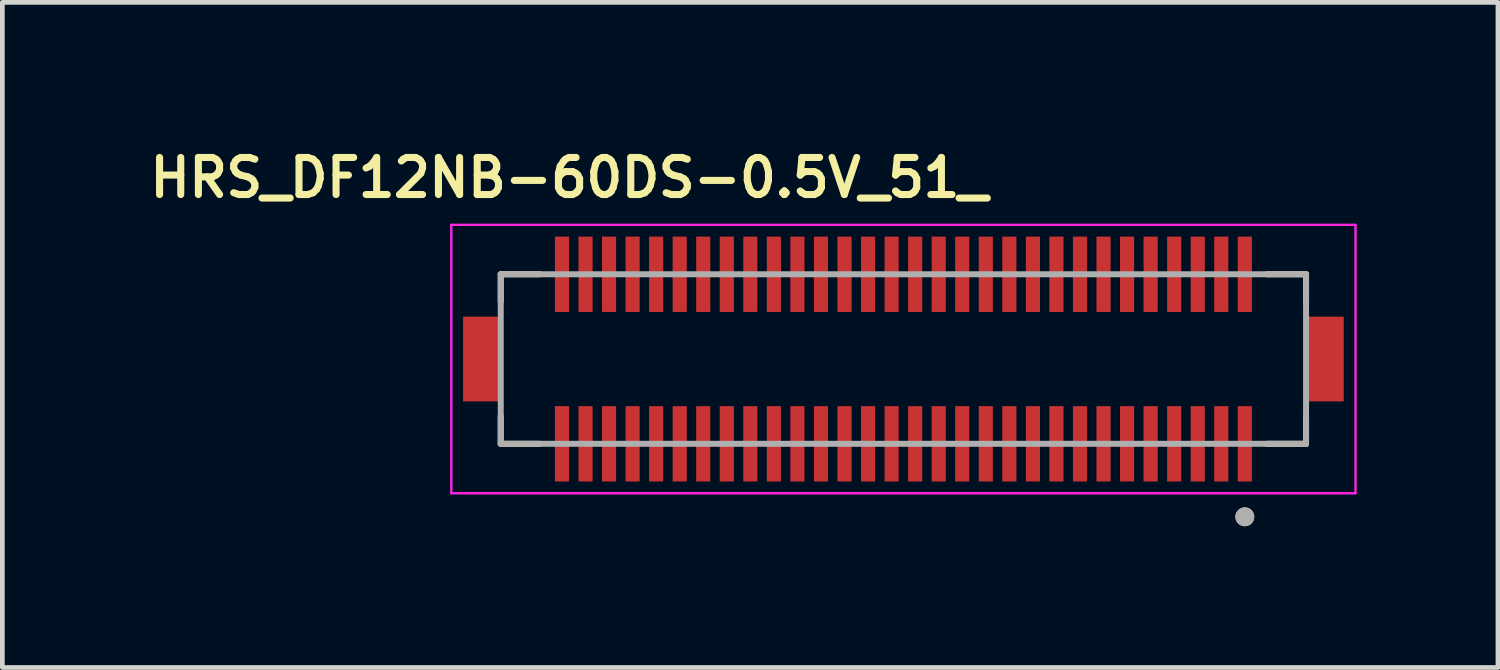
<source format=kicad_pcb>
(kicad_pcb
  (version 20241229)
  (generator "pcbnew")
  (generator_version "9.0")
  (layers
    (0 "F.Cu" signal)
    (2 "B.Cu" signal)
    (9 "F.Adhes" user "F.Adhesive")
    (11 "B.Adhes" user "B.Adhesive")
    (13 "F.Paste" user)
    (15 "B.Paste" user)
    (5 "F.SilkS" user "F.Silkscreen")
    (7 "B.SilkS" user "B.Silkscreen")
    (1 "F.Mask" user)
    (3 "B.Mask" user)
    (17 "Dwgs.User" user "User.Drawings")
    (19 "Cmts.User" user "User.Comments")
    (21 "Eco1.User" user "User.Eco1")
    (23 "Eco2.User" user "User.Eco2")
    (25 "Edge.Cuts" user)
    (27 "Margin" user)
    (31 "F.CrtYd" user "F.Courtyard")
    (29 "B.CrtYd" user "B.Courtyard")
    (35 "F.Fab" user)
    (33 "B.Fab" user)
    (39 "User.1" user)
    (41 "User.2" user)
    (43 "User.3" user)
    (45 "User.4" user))
  (footprint "HRS_DF12NB-60DS-0.5V_51_"
    (layer "F.Cu")
    (at 16.133 4.574)
    (property "Reference" "HRS_DF12NB-60DS-0.5V_51_" (at -7.1 -3.85 0) (layer "F.SilkS") (effects (font (size 0.787 0.787) (thickness 0.15))))
    (attr smd)
    (fp_poly (pts (xy -7.45 -2.65) (xy -7.05 -2.65) (xy -7.05 -0.95) (xy -7.45 -0.95)) (stroke (width 0.01) (type solid)) (fill yes) (layer "F.Mask"))
    (fp_poly (pts (xy -7.45 0.95) (xy -7.05 0.95) (xy -7.05 2.65) (xy -7.45 2.65)) (stroke (width 0.01) (type solid)) (fill yes) (layer "F.Mask"))
    (fp_poly (pts (xy -6.95 -2.65) (xy -6.55 -2.65) (xy -6.55 -0.95) (xy -6.95 -0.95)) (stroke (width 0.01) (type solid)) (fill yes) (layer "F.Mask"))
    (fp_poly (pts (xy -6.95 0.95) (xy -6.55 0.95) (xy -6.55 2.65) (xy -6.95 2.65)) (stroke (width 0.01) (type solid)) (fill yes) (layer "F.Mask"))
    (fp_poly (pts (xy -6.45 -2.65) (xy -6.05 -2.65) (xy -6.05 -0.95) (xy -6.45 -0.95)) (stroke (width 0.01) (type solid)) (fill yes) (layer "F.Mask"))
    (fp_poly (pts (xy -6.45 0.95) (xy -6.05 0.95) (xy -6.05 2.65) (xy -6.45 2.65)) (stroke (width 0.01) (type solid)) (fill yes) (layer "F.Mask"))
    (fp_poly (pts (xy -5.95 -2.65) (xy -5.55 -2.65) (xy -5.55 -0.95) (xy -5.95 -0.95)) (stroke (width 0.01) (type solid)) (fill yes) (layer "F.Mask"))
    (fp_poly (pts (xy -5.95 0.95) (xy -5.55 0.95) (xy -5.55 2.65) (xy -5.95 2.65)) (stroke (width 0.01) (type solid)) (fill yes) (layer "F.Mask"))
    (fp_poly (pts (xy -5.45 -2.65) (xy -5.05 -2.65) (xy -5.05 -0.95) (xy -5.45 -0.95)) (stroke (width 0.01) (type solid)) (fill yes) (layer "F.Mask"))
    (fp_poly (pts (xy -5.45 0.95) (xy -5.05 0.95) (xy -5.05 2.65) (xy -5.45 2.65)) (stroke (width 0.01) (type solid)) (fill yes) (layer "F.Mask"))
    (fp_poly (pts (xy -4.95 -2.65) (xy -4.55 -2.65) (xy -4.55 -0.95) (xy -4.95 -0.95)) (stroke (width 0.01) (type solid)) (fill yes) (layer "F.Mask"))
    (fp_poly (pts (xy -4.95 0.95) (xy -4.55 0.95) (xy -4.55 2.65) (xy -4.95 2.65)) (stroke (width 0.01) (type solid)) (fill yes) (layer "F.Mask"))
    (fp_poly (pts (xy -4.45 -2.65) (xy -4.05 -2.65) (xy -4.05 -0.95) (xy -4.45 -0.95)) (stroke (width 0.01) (type solid)) (fill yes) (layer "F.Mask"))
    (fp_poly (pts (xy -4.45 0.95) (xy -4.05 0.95) (xy -4.05 2.65) (xy -4.45 2.65)) (stroke (width 0.01) (type solid)) (fill yes) (layer "F.Mask"))
    (fp_poly (pts (xy -3.95 -2.65) (xy -3.55 -2.65) (xy -3.55 -0.95) (xy -3.95 -0.95)) (stroke (width 0.01) (type solid)) (fill yes) (layer "F.Mask"))
    (fp_poly (pts (xy -3.95 0.95) (xy -3.55 0.95) (xy -3.55 2.65) (xy -3.95 2.65)) (stroke (width 0.01) (type solid)) (fill yes) (layer "F.Mask"))
    (fp_poly (pts (xy -3.45 -2.65) (xy -3.05 -2.65) (xy -3.05 -0.95) (xy -3.45 -0.95)) (stroke (width 0.01) (type solid)) (fill yes) (layer "F.Mask"))
    (fp_poly (pts (xy -3.45 0.95) (xy -3.05 0.95) (xy -3.05 2.65) (xy -3.45 2.65)) (stroke (width 0.01) (type solid)) (fill yes) (layer "F.Mask"))
    (fp_poly (pts (xy -2.95 -2.65) (xy -2.55 -2.65) (xy -2.55 -0.95) (xy -2.95 -0.95)) (stroke (width 0.01) (type solid)) (fill yes) (layer "F.Mask"))
    (fp_poly (pts (xy -2.95 0.95) (xy -2.55 0.95) (xy -2.55 2.65) (xy -2.95 2.65)) (stroke (width 0.01) (type solid)) (fill yes) (layer "F.Mask"))
    (fp_poly (pts (xy -2.45 -2.65) (xy -2.05 -2.65) (xy -2.05 -0.95) (xy -2.45 -0.95)) (stroke (width 0.01) (type solid)) (fill yes) (layer "F.Mask"))
    (fp_poly (pts (xy -2.45 0.95) (xy -2.05 0.95) (xy -2.05 2.65) (xy -2.45 2.65)) (stroke (width 0.01) (type solid)) (fill yes) (layer "F.Mask"))
    (fp_poly (pts (xy -1.95 -2.65) (xy -1.55 -2.65) (xy -1.55 -0.95) (xy -1.95 -0.95)) (stroke (width 0.01) (type solid)) (fill yes) (layer "F.Mask"))
    (fp_poly (pts (xy -1.95 0.95) (xy -1.55 0.95) (xy -1.55 2.65) (xy -1.95 2.65)) (stroke (width 0.01) (type solid)) (fill yes) (layer "F.Mask"))
    (fp_poly (pts (xy -1.45 -2.65) (xy -1.05 -2.65) (xy -1.05 -0.95) (xy -1.45 -0.95)) (stroke (width 0.01) (type solid)) (fill yes) (layer "F.Mask"))
    (fp_poly (pts (xy -1.45 0.95) (xy -1.05 0.95) (xy -1.05 2.65) (xy -1.45 2.65)) (stroke (width 0.01) (type solid)) (fill yes) (layer "F.Mask"))
    (fp_poly (pts (xy -0.95 -2.65) (xy -0.55 -2.65) (xy -0.55 -0.95) (xy -0.95 -0.95)) (stroke (width 0.01) (type solid)) (fill yes) (layer "F.Mask"))
    (fp_poly (pts (xy -0.95 0.95) (xy -0.55 0.95) (xy -0.55 2.65) (xy -0.95 2.65)) (stroke (width 0.01) (type solid)) (fill yes) (layer "F.Mask"))
    (fp_poly (pts (xy -0.45 -2.65) (xy -0.05 -2.65) (xy -0.05 -0.95) (xy -0.45 -0.95)) (stroke (width 0.01) (type solid)) (fill yes) (layer "F.Mask"))
    (fp_poly (pts (xy -0.45 0.95) (xy -0.05 0.95) (xy -0.05 2.65) (xy -0.45 2.65)) (stroke (width 0.01) (type solid)) (fill yes) (layer "F.Mask"))
    (fp_poly (pts (xy 0.05 -2.65) (xy 0.45 -2.65) (xy 0.45 -0.95) (xy 0.05 -0.95)) (stroke (width 0.01) (type solid)) (fill yes) (layer "F.Mask"))
    (fp_poly (pts (xy 0.05 0.95) (xy 0.45 0.95) (xy 0.45 2.65) (xy 0.05 2.65)) (stroke (width 0.01) (type solid)) (fill yes) (layer "F.Mask"))
    (fp_poly (pts (xy 0.55 -2.65) (xy 0.95 -2.65) (xy 0.95 -0.95) (xy 0.55 -0.95)) (stroke (width 0.01) (type solid)) (fill yes) (layer "F.Mask"))
    (fp_poly (pts (xy 0.55 0.95) (xy 0.95 0.95) (xy 0.95 2.65) (xy 0.55 2.65)) (stroke (width 0.01) (type solid)) (fill yes) (layer "F.Mask"))
    (fp_poly (pts (xy 1.05 -2.65) (xy 1.45 -2.65) (xy 1.45 -0.95) (xy 1.05 -0.95)) (stroke (width 0.01) (type solid)) (fill yes) (layer "F.Mask"))
    (fp_poly (pts (xy 1.05 0.95) (xy 1.45 0.95) (xy 1.45 2.65) (xy 1.05 2.65)) (stroke (width 0.01) (type solid)) (fill yes) (layer "F.Mask"))
    (fp_poly (pts (xy 1.55 -2.65) (xy 1.95 -2.65) (xy 1.95 -0.95) (xy 1.55 -0.95)) (stroke (width 0.01) (type solid)) (fill yes) (layer "F.Mask"))
    (fp_poly (pts (xy 1.55 0.95) (xy 1.95 0.95) (xy 1.95 2.65) (xy 1.55 2.65)) (stroke (width 0.01) (type solid)) (fill yes) (layer "F.Mask"))
    (fp_poly (pts (xy 2.05 -2.65) (xy 2.45 -2.65) (xy 2.45 -0.95) (xy 2.05 -0.95)) (stroke (width 0.01) (type solid)) (fill yes) (layer "F.Mask"))
    (fp_poly (pts (xy 2.05 0.95) (xy 2.45 0.95) (xy 2.45 2.65) (xy 2.05 2.65)) (stroke (width 0.01) (type solid)) (fill yes) (layer "F.Mask"))
    (fp_poly (pts (xy 2.55 -2.65) (xy 2.95 -2.65) (xy 2.95 -0.95) (xy 2.55 -0.95)) (stroke (width 0.01) (type solid)) (fill yes) (layer "F.Mask"))
    (fp_poly (pts (xy 2.55 0.95) (xy 2.95 0.95) (xy 2.95 2.65) (xy 2.55 2.65)) (stroke (width 0.01) (type solid)) (fill yes) (layer "F.Mask"))
    (fp_poly (pts (xy 3.05 -2.65) (xy 3.45 -2.65) (xy 3.45 -0.95) (xy 3.05 -0.95)) (stroke (width 0.01) (type solid)) (fill yes) (layer "F.Mask"))
    (fp_poly (pts (xy 3.05 0.95) (xy 3.45 0.95) (xy 3.45 2.65) (xy 3.05 2.65)) (stroke (width 0.01) (type solid)) (fill yes) (layer "F.Mask"))
    (fp_poly (pts (xy 3.55 -2.65) (xy 3.95 -2.65) (xy 3.95 -0.95) (xy 3.55 -0.95)) (stroke (width 0.01) (type solid)) (fill yes) (layer "F.Mask"))
    (fp_poly (pts (xy 3.55 0.95) (xy 3.95 0.95) (xy 3.95 2.65) (xy 3.55 2.65)) (stroke (width 0.01) (type solid)) (fill yes) (layer "F.Mask"))
    (fp_poly (pts (xy 4.05 -2.65) (xy 4.45 -2.65) (xy 4.45 -0.95) (xy 4.05 -0.95)) (stroke (width 0.01) (type solid)) (fill yes) (layer "F.Mask"))
    (fp_poly (pts (xy 4.05 0.95) (xy 4.45 0.95) (xy 4.45 2.65) (xy 4.05 2.65)) (stroke (width 0.01) (type solid)) (fill yes) (layer "F.Mask"))
    (fp_poly (pts (xy 4.55 -2.65) (xy 4.95 -2.65) (xy 4.95 -0.95) (xy 4.55 -0.95)) (stroke (width 0.01) (type solid)) (fill yes) (layer "F.Mask"))
    (fp_poly (pts (xy 4.55 0.95) (xy 4.95 0.95) (xy 4.95 2.65) (xy 4.55 2.65)) (stroke (width 0.01) (type solid)) (fill yes) (layer "F.Mask"))
    (fp_poly (pts (xy 5.05 -2.65) (xy 5.45 -2.65) (xy 5.45 -0.95) (xy 5.05 -0.95)) (stroke (width 0.01) (type solid)) (fill yes) (layer "F.Mask"))
    (fp_poly (pts (xy 5.05 0.95) (xy 5.45 0.95) (xy 5.45 2.65) (xy 5.05 2.65)) (stroke (width 0.01) (type solid)) (fill yes) (layer "F.Mask"))
    (fp_poly (pts (xy 5.55 -2.65) (xy 5.95 -2.65) (xy 5.95 -0.95) (xy 5.55 -0.95)) (stroke (width 0.01) (type solid)) (fill yes) (layer "F.Mask"))
    (fp_poly (pts (xy 5.55 0.95) (xy 5.95 0.95) (xy 5.95 2.65) (xy 5.55 2.65)) (stroke (width 0.01) (type solid)) (fill yes) (layer "F.Mask"))
    (fp_poly (pts (xy 6.05 -2.65) (xy 6.45 -2.65) (xy 6.45 -0.95) (xy 6.05 -0.95)) (stroke (width 0.01) (type solid)) (fill yes) (layer "F.Mask"))
    (fp_poly (pts (xy 6.05 0.95) (xy 6.45 0.95) (xy 6.45 2.65) (xy 6.05 2.65)) (stroke (width 0.01) (type solid)) (fill yes) (layer "F.Mask"))
    (fp_poly (pts (xy 6.55 -2.65) (xy 6.95 -2.65) (xy 6.95 -0.95) (xy 6.55 -0.95)) (stroke (width 0.01) (type solid)) (fill yes) (layer "F.Mask"))
    (fp_poly (pts (xy 6.55 0.95) (xy 6.95 0.95) (xy 6.95 2.65) (xy 6.55 2.65)) (stroke (width 0.01) (type solid)) (fill yes) (layer "F.Mask"))
    (fp_poly (pts (xy 7.05 -2.65) (xy 7.45 -2.65) (xy 7.45 -0.95) (xy 7.05 -0.95)) (stroke (width 0.01) (type solid)) (fill yes) (layer "F.Mask"))
    (fp_poly (pts (xy 7.05 0.95) (xy 7.45 0.95) (xy 7.45 2.65) (xy 7.05 2.65)) (stroke (width 0.01) (type solid)) (fill yes) (layer "F.Mask"))
    (fp_line (start -8.55 -1.8) (end -8.55 -1.22) (stroke (width 0.127) (type solid)) (layer "F.SilkS"))
    (fp_line (start -8.55 1.8) (end -8.55 1.22) (stroke (width 0.127) (type solid)) (layer "F.SilkS"))
    (fp_line (start -8.55 1.8) (end -7.72 1.8) (stroke (width 0.127) (type solid)) (layer "F.SilkS"))
    (fp_line (start -7.72 -1.8) (end -8.55 -1.8) (stroke (width 0.127) (type solid)) (layer "F.SilkS"))
    (fp_line (start 7.72 1.8) (end 8.55 1.8) (stroke (width 0.127) (type solid)) (layer "F.SilkS"))
    (fp_line (start 8.55 -1.8) (end 7.72 -1.8) (stroke (width 0.127) (type solid)) (layer "F.SilkS"))
    (fp_line (start 8.55 -1.22) (end 8.55 -1.8) (stroke (width 0.127) (type solid)) (layer "F.SilkS"))
    (fp_line (start 8.55 1.8) (end 8.55 1.22) (stroke (width 0.127) (type solid)) (layer "F.SilkS"))
    (fp_circle (center 7.25 3.35) (end 7.35 3.35) (stroke (width 0.2) (type solid)) (fill no) (layer "F.SilkS"))
    (fp_poly (pts (xy -7.39 -2.6) (xy -7.11 -2.6) (xy -7.11 -1.4) (xy -7.39 -1.4)) (stroke (width 0.01) (type solid)) (fill yes) (layer "F.Paste"))
    (fp_poly (pts (xy -7.39 1.4) (xy -7.11 1.4) (xy -7.11 2.6) (xy -7.39 2.6)) (stroke (width 0.01) (type solid)) (fill yes) (layer "F.Paste"))
    (fp_poly (pts (xy -6.89 -2.6) (xy -6.61 -2.6) (xy -6.61 -1.4) (xy -6.89 -1.4)) (stroke (width 0.01) (type solid)) (fill yes) (layer "F.Paste"))
    (fp_poly (pts (xy -6.89 1.4) (xy -6.61 1.4) (xy -6.61 2.6) (xy -6.89 2.6)) (stroke (width 0.01) (type solid)) (fill yes) (layer "F.Paste"))
    (fp_poly (pts (xy -6.39 -2.6) (xy -6.11 -2.6) (xy -6.11 -1.4) (xy -6.39 -1.4)) (stroke (width 0.01) (type solid)) (fill yes) (layer "F.Paste"))
    (fp_poly (pts (xy -6.39 1.4) (xy -6.11 1.4) (xy -6.11 2.6) (xy -6.39 2.6)) (stroke (width 0.01) (type solid)) (fill yes) (layer "F.Paste"))
    (fp_poly (pts (xy -5.89 -2.6) (xy -5.61 -2.6) (xy -5.61 -1.4) (xy -5.89 -1.4)) (stroke (width 0.01) (type solid)) (fill yes) (layer "F.Paste"))
    (fp_poly (pts (xy -5.89 1.4) (xy -5.61 1.4) (xy -5.61 2.6) (xy -5.89 2.6)) (stroke (width 0.01) (type solid)) (fill yes) (layer "F.Paste"))
    (fp_poly (pts (xy -5.39 -2.6) (xy -5.11 -2.6) (xy -5.11 -1.4) (xy -5.39 -1.4)) (stroke (width 0.01) (type solid)) (fill yes) (layer "F.Paste"))
    (fp_poly (pts (xy -5.39 1.4) (xy -5.11 1.4) (xy -5.11 2.6) (xy -5.39 2.6)) (stroke (width 0.01) (type solid)) (fill yes) (layer "F.Paste"))
    (fp_poly (pts (xy -4.89 -2.6) (xy -4.61 -2.6) (xy -4.61 -1.4) (xy -4.89 -1.4)) (stroke (width 0.01) (type solid)) (fill yes) (layer "F.Paste"))
    (fp_poly (pts (xy -4.89 1.4) (xy -4.61 1.4) (xy -4.61 2.6) (xy -4.89 2.6)) (stroke (width 0.01) (type solid)) (fill yes) (layer "F.Paste"))
    (fp_poly (pts (xy -4.39 -2.6) (xy -4.11 -2.6) (xy -4.11 -1.4) (xy -4.39 -1.4)) (stroke (width 0.01) (type solid)) (fill yes) (layer "F.Paste"))
    (fp_poly (pts (xy -4.39 1.4) (xy -4.11 1.4) (xy -4.11 2.6) (xy -4.39 2.6)) (stroke (width 0.01) (type solid)) (fill yes) (layer "F.Paste"))
    (fp_poly (pts (xy -3.89 -2.6) (xy -3.61 -2.6) (xy -3.61 -1.4) (xy -3.89 -1.4)) (stroke (width 0.01) (type solid)) (fill yes) (layer "F.Paste"))
    (fp_poly (pts (xy -3.89 1.4) (xy -3.61 1.4) (xy -3.61 2.6) (xy -3.89 2.6)) (stroke (width 0.01) (type solid)) (fill yes) (layer "F.Paste"))
    (fp_poly (pts (xy -3.39 -2.6) (xy -3.11 -2.6) (xy -3.11 -1.4) (xy -3.39 -1.4)) (stroke (width 0.01) (type solid)) (fill yes) (layer "F.Paste"))
    (fp_poly (pts (xy -3.39 1.4) (xy -3.11 1.4) (xy -3.11 2.6) (xy -3.39 2.6)) (stroke (width 0.01) (type solid)) (fill yes) (layer "F.Paste"))
    (fp_poly (pts (xy -2.89 -2.6) (xy -2.61 -2.6) (xy -2.61 -1.4) (xy -2.89 -1.4)) (stroke (width 0.01) (type solid)) (fill yes) (layer "F.Paste"))
    (fp_poly (pts (xy -2.89 1.4) (xy -2.61 1.4) (xy -2.61 2.6) (xy -2.89 2.6)) (stroke (width 0.01) (type solid)) (fill yes) (layer "F.Paste"))
    (fp_poly (pts (xy -2.39 -2.6) (xy -2.11 -2.6) (xy -2.11 -1.4) (xy -2.39 -1.4)) (stroke (width 0.01) (type solid)) (fill yes) (layer "F.Paste"))
    (fp_poly (pts (xy -2.39 1.4) (xy -2.11 1.4) (xy -2.11 2.6) (xy -2.39 2.6)) (stroke (width 0.01) (type solid)) (fill yes) (layer "F.Paste"))
    (fp_poly (pts (xy -1.89 -2.6) (xy -1.61 -2.6) (xy -1.61 -1.4) (xy -1.89 -1.4)) (stroke (width 0.01) (type solid)) (fill yes) (layer "F.Paste"))
    (fp_poly (pts (xy -1.89 1.4) (xy -1.61 1.4) (xy -1.61 2.6) (xy -1.89 2.6)) (stroke (width 0.01) (type solid)) (fill yes) (layer "F.Paste"))
    (fp_poly (pts (xy -1.39 -2.6) (xy -1.11 -2.6) (xy -1.11 -1.4) (xy -1.39 -1.4)) (stroke (width 0.01) (type solid)) (fill yes) (layer "F.Paste"))
    (fp_poly (pts (xy -1.39 1.4) (xy -1.11 1.4) (xy -1.11 2.6) (xy -1.39 2.6)) (stroke (width 0.01) (type solid)) (fill yes) (layer "F.Paste"))
    (fp_poly (pts (xy -0.89 -2.6) (xy -0.61 -2.6) (xy -0.61 -1.4) (xy -0.89 -1.4)) (stroke (width 0.01) (type solid)) (fill yes) (layer "F.Paste"))
    (fp_poly (pts (xy -0.89 1.4) (xy -0.61 1.4) (xy -0.61 2.6) (xy -0.89 2.6)) (stroke (width 0.01) (type solid)) (fill yes) (layer "F.Paste"))
    (fp_poly (pts (xy -0.39 -2.6) (xy -0.11 -2.6) (xy -0.11 -1.4) (xy -0.39 -1.4)) (stroke (width 0.01) (type solid)) (fill yes) (layer "F.Paste"))
    (fp_poly (pts (xy -0.39 1.4) (xy -0.11 1.4) (xy -0.11 2.6) (xy -0.39 2.6)) (stroke (width 0.01) (type solid)) (fill yes) (layer "F.Paste"))
    (fp_poly (pts (xy 0.11 -2.6) (xy 0.39 -2.6) (xy 0.39 -1.4) (xy 0.11 -1.4)) (stroke (width 0.01) (type solid)) (fill yes) (layer "F.Paste"))
    (fp_poly (pts (xy 0.11 1.4) (xy 0.39 1.4) (xy 0.39 2.6) (xy 0.11 2.6)) (stroke (width 0.01) (type solid)) (fill yes) (layer "F.Paste"))
    (fp_poly (pts (xy 0.61 -2.6) (xy 0.89 -2.6) (xy 0.89 -1.4) (xy 0.61 -1.4)) (stroke (width 0.01) (type solid)) (fill yes) (layer "F.Paste"))
    (fp_poly (pts (xy 0.61 1.4) (xy 0.89 1.4) (xy 0.89 2.6) (xy 0.61 2.6)) (stroke (width 0.01) (type solid)) (fill yes) (layer "F.Paste"))
    (fp_poly (pts (xy 1.11 -2.6) (xy 1.39 -2.6) (xy 1.39 -1.4) (xy 1.11 -1.4)) (stroke (width 0.01) (type solid)) (fill yes) (layer "F.Paste"))
    (fp_poly (pts (xy 1.11 1.4) (xy 1.39 1.4) (xy 1.39 2.6) (xy 1.11 2.6)) (stroke (width 0.01) (type solid)) (fill yes) (layer "F.Paste"))
    (fp_poly (pts (xy 1.61 -2.6) (xy 1.89 -2.6) (xy 1.89 -1.4) (xy 1.61 -1.4)) (stroke (width 0.01) (type solid)) (fill yes) (layer "F.Paste"))
    (fp_poly (pts (xy 1.61 1.4) (xy 1.89 1.4) (xy 1.89 2.6) (xy 1.61 2.6)) (stroke (width 0.01) (type solid)) (fill yes) (layer "F.Paste"))
    (fp_poly (pts (xy 2.11 -2.6) (xy 2.39 -2.6) (xy 2.39 -1.4) (xy 2.11 -1.4)) (stroke (width 0.01) (type solid)) (fill yes) (layer "F.Paste"))
    (fp_poly (pts (xy 2.11 1.4) (xy 2.39 1.4) (xy 2.39 2.6) (xy 2.11 2.6)) (stroke (width 0.01) (type solid)) (fill yes) (layer "F.Paste"))
    (fp_poly (pts (xy 2.61 -2.6) (xy 2.89 -2.6) (xy 2.89 -1.4) (xy 2.61 -1.4)) (stroke (width 0.01) (type solid)) (fill yes) (layer "F.Paste"))
    (fp_poly (pts (xy 2.61 1.4) (xy 2.89 1.4) (xy 2.89 2.6) (xy 2.61 2.6)) (stroke (width 0.01) (type solid)) (fill yes) (layer "F.Paste"))
    (fp_poly (pts (xy 3.11 -2.6) (xy 3.39 -2.6) (xy 3.39 -1.4) (xy 3.11 -1.4)) (stroke (width 0.01) (type solid)) (fill yes) (layer "F.Paste"))
    (fp_poly (pts (xy 3.11 1.4) (xy 3.39 1.4) (xy 3.39 2.6) (xy 3.11 2.6)) (stroke (width 0.01) (type solid)) (fill yes) (layer "F.Paste"))
    (fp_poly (pts (xy 3.61 -2.6) (xy 3.89 -2.6) (xy 3.89 -1.4) (xy 3.61 -1.4)) (stroke (width 0.01) (type solid)) (fill yes) (layer "F.Paste"))
    (fp_poly (pts (xy 3.61 1.4) (xy 3.89 1.4) (xy 3.89 2.6) (xy 3.61 2.6)) (stroke (width 0.01) (type solid)) (fill yes) (layer "F.Paste"))
    (fp_poly (pts (xy 4.11 -2.6) (xy 4.39 -2.6) (xy 4.39 -1.4) (xy 4.11 -1.4)) (stroke (width 0.01) (type solid)) (fill yes) (layer "F.Paste"))
    (fp_poly (pts (xy 4.11 1.4) (xy 4.39 1.4) (xy 4.39 2.6) (xy 4.11 2.6)) (stroke (width 0.01) (type solid)) (fill yes) (layer "F.Paste"))
    (fp_poly (pts (xy 4.61 -2.6) (xy 4.89 -2.6) (xy 4.89 -1.4) (xy 4.61 -1.4)) (stroke (width 0.01) (type solid)) (fill yes) (layer "F.Paste"))
    (fp_poly (pts (xy 4.61 1.4) (xy 4.89 1.4) (xy 4.89 2.6) (xy 4.61 2.6)) (stroke (width 0.01) (type solid)) (fill yes) (layer "F.Paste"))
    (fp_poly (pts (xy 5.11 -2.6) (xy 5.39 -2.6) (xy 5.39 -1.4) (xy 5.11 -1.4)) (stroke (width 0.01) (type solid)) (fill yes) (layer "F.Paste"))
    (fp_poly (pts (xy 5.11 1.4) (xy 5.39 1.4) (xy 5.39 2.6) (xy 5.11 2.6)) (stroke (width 0.01) (type solid)) (fill yes) (layer "F.Paste"))
    (fp_poly (pts (xy 5.61 -2.6) (xy 5.89 -2.6) (xy 5.89 -1.4) (xy 5.61 -1.4)) (stroke (width 0.01) (type solid)) (fill yes) (layer "F.Paste"))
    (fp_poly (pts (xy 5.61 1.4) (xy 5.89 1.4) (xy 5.89 2.6) (xy 5.61 2.6)) (stroke (width 0.01) (type solid)) (fill yes) (layer "F.Paste"))
    (fp_poly (pts (xy 6.11 -2.6) (xy 6.39 -2.6) (xy 6.39 -1.4) (xy 6.11 -1.4)) (stroke (width 0.01) (type solid)) (fill yes) (layer "F.Paste"))
    (fp_poly (pts (xy 6.11 1.4) (xy 6.39 1.4) (xy 6.39 2.6) (xy 6.11 2.6)) (stroke (width 0.01) (type solid)) (fill yes) (layer "F.Paste"))
    (fp_poly (pts (xy 6.61 -2.6) (xy 6.89 -2.6) (xy 6.89 -1.4) (xy 6.61 -1.4)) (stroke (width 0.01) (type solid)) (fill yes) (layer "F.Paste"))
    (fp_poly (pts (xy 6.61 1.4) (xy 6.89 1.4) (xy 6.89 2.6) (xy 6.61 2.6)) (stroke (width 0.01) (type solid)) (fill yes) (layer "F.Paste"))
    (fp_poly (pts (xy 7.11 -2.6) (xy 7.39 -2.6) (xy 7.39 -1.4) (xy 7.11 -1.4)) (stroke (width 0.01) (type solid)) (fill yes) (layer "F.Paste"))
    (fp_poly (pts (xy 7.11 1.4) (xy 7.39 1.4) (xy 7.39 2.6) (xy 7.11 2.6)) (stroke (width 0.01) (type solid)) (fill yes) (layer "F.Paste"))
    (fp_line (start -9.6 -2.85) (end -9.6 2.85) (stroke (width 0.05) (type solid)) (layer "F.CrtYd"))
    (fp_line (start -9.6 2.85) (end 9.6 2.85) (stroke (width 0.05) (type solid)) (layer "F.CrtYd"))
    (fp_line (start 9.6 -2.85) (end -9.6 -2.85) (stroke (width 0.05) (type solid)) (layer "F.CrtYd"))
    (fp_line (start 9.6 2.85) (end 9.6 -2.85) (stroke (width 0.05) (type solid)) (layer "F.CrtYd"))
    (fp_line (start -8.55 -1.8) (end -8.55 1.8) (stroke (width 0.127) (type solid)) (layer "F.Fab"))
    (fp_line (start -8.55 1.8) (end 8.55 1.8) (stroke (width 0.127) (type solid)) (layer "F.Fab"))
    (fp_line (start 8.55 -1.8) (end -8.55 -1.8) (stroke (width 0.127) (type solid)) (layer "F.Fab"))
    (fp_line (start 8.55 1.8) (end 8.55 -1.8) (stroke (width 0.127) (type solid)) (layer "F.Fab"))
    (fp_circle (center 7.25 3.35) (end 7.35 3.35) (stroke (width 0.2) (type solid)) (fill no) (layer "F.Fab"))
    (pad "1" smd rect (at 7.25 1.8) (size 0.3 1.6) (layers "F.Cu"))
    (pad "2" smd rect (at 7.25 -1.8) (size 0.3 1.6) (layers "F.Cu"))
    (pad "3" smd rect (at 6.75 1.8) (size 0.3 1.6) (layers "F.Cu"))
    (pad "4" smd rect (at 6.75 -1.8) (size 0.3 1.6) (layers "F.Cu"))
    (pad "5" smd rect (at 6.25 1.8) (size 0.3 1.6) (layers "F.Cu"))
    (pad "6" smd rect (at 6.25 -1.8) (size 0.3 1.6) (layers "F.Cu"))
    (pad "7" smd rect (at 5.75 1.8) (size 0.3 1.6) (layers "F.Cu"))
    (pad "8" smd rect (at 5.75 -1.8) (size 0.3 1.6) (layers "F.Cu"))
    (pad "9" smd rect (at 5.25 1.8) (size 0.3 1.6) (layers "F.Cu"))
    (pad "10" smd rect (at 5.25 -1.8) (size 0.3 1.6) (layers "F.Cu"))
    (pad "11" smd rect (at 4.75 1.8) (size 0.3 1.6) (layers "F.Cu"))
    (pad "12" smd rect (at 4.75 -1.8) (size 0.3 1.6) (layers "F.Cu"))
    (pad "13" smd rect (at 4.25 1.8) (size 0.3 1.6) (layers "F.Cu"))
    (pad "14" smd rect (at 4.25 -1.8) (size 0.3 1.6) (layers "F.Cu"))
    (pad "15" smd rect (at 3.75 1.8) (size 0.3 1.6) (layers "F.Cu"))
    (pad "16" smd rect (at 3.75 -1.8) (size 0.3 1.6) (layers "F.Cu"))
    (pad "17" smd rect (at 3.25 1.8) (size 0.3 1.6) (layers "F.Cu"))
    (pad "18" smd rect (at 3.25 -1.8) (size 0.3 1.6) (layers "F.Cu"))
    (pad "19" smd rect (at 2.75 1.8) (size 0.3 1.6) (layers "F.Cu"))
    (pad "20" smd rect (at 2.75 -1.8) (size 0.3 1.6) (layers "F.Cu"))
    (pad "21" smd rect (at 2.25 1.8) (size 0.3 1.6) (layers "F.Cu"))
    (pad "22" smd rect (at 2.25 -1.8) (size 0.3 1.6) (layers "F.Cu"))
    (pad "23" smd rect (at 1.75 1.8) (size 0.3 1.6) (layers "F.Cu"))
    (pad "24" smd rect (at 1.75 -1.8) (size 0.3 1.6) (layers "F.Cu"))
    (pad "25" smd rect (at 1.25 1.8) (size 0.3 1.6) (layers "F.Cu"))
    (pad "26" smd rect (at 1.25 -1.8) (size 0.3 1.6) (layers "F.Cu"))
    (pad "27" smd rect (at 0.75 1.8) (size 0.3 1.6) (layers "F.Cu"))
    (pad "28" smd rect (at 0.75 -1.8) (size 0.3 1.6) (layers "F.Cu"))
    (pad "29" smd rect (at 0.25 1.8) (size 0.3 1.6) (layers "F.Cu"))
    (pad "30" smd rect (at 0.25 -1.8) (size 0.3 1.6) (layers "F.Cu"))
    (pad "31" smd rect (at -0.25 1.8) (size 0.3 1.6) (layers "F.Cu"))
    (pad "32" smd rect (at -0.25 -1.8) (size 0.3 1.6) (layers "F.Cu"))
    (pad "33" smd rect (at -0.75 1.8) (size 0.3 1.6) (layers "F.Cu"))
    (pad "34" smd rect (at -0.75 -1.8) (size 0.3 1.6) (layers "F.Cu"))
    (pad "35" smd rect (at -1.25 1.8) (size 0.3 1.6) (layers "F.Cu"))
    (pad "36" smd rect (at -1.25 -1.8) (size 0.3 1.6) (layers "F.Cu"))
    (pad "37" smd rect (at -1.75 1.8) (size 0.3 1.6) (layers "F.Cu"))
    (pad "38" smd rect (at -1.75 -1.8) (size 0.3 1.6) (layers "F.Cu"))
    (pad "39" smd rect (at -2.25 1.8) (size 0.3 1.6) (layers "F.Cu"))
    (pad "40" smd rect (at -2.25 -1.8) (size 0.3 1.6) (layers "F.Cu"))
    (pad "41" smd rect (at -2.75 1.8) (size 0.3 1.6) (layers "F.Cu"))
    (pad "42" smd rect (at -2.75 -1.8) (size 0.3 1.6) (layers "F.Cu"))
    (pad "43" smd rect (at -3.25 1.8) (size 0.3 1.6) (layers "F.Cu"))
    (pad "44" smd rect (at -3.25 -1.8) (size 0.3 1.6) (layers "F.Cu"))
    (pad "45" smd rect (at -3.75 1.8) (size 0.3 1.6) (layers "F.Cu"))
    (pad "46" smd rect (at -3.75 -1.8) (size 0.3 1.6) (layers "F.Cu"))
    (pad "47" smd rect (at -4.25 1.8) (size 0.3 1.6) (layers "F.Cu"))
    (pad "48" smd rect (at -4.25 -1.8) (size 0.3 1.6) (layers "F.Cu"))
    (pad "49" smd rect (at -4.75 1.8) (size 0.3 1.6) (layers "F.Cu"))
    (pad "50" smd rect (at -4.75 -1.8) (size 0.3 1.6) (layers "F.Cu"))
    (pad "51" smd rect (at -5.25 1.8) (size 0.3 1.6) (layers "F.Cu"))
    (pad "52" smd rect (at -5.25 -1.8) (size 0.3 1.6) (layers "F.Cu"))
    (pad "53" smd rect (at -5.75 1.8) (size 0.3 1.6) (layers "F.Cu"))
    (pad "54" smd rect (at -5.75 -1.8) (size 0.3 1.6) (layers "F.Cu"))
    (pad "55" smd rect (at -6.25 1.8) (size 0.3 1.6) (layers "F.Cu"))
    (pad "56" smd rect (at -6.25 -1.8) (size 0.3 1.6) (layers "F.Cu"))
    (pad "57" smd rect (at -6.75 1.8) (size 0.3 1.6) (layers "F.Cu"))
    (pad "58" smd rect (at -6.75 -1.8) (size 0.3 1.6) (layers "F.Cu"))
    (pad "59" smd rect (at -7.25 1.8) (size 0.3 1.6) (layers "F.Cu"))
    (pad "60" smd rect (at -7.25 -1.8) (size 0.3 1.6) (layers "F.Cu"))
    (pad "S1" smd rect (at 8.95 0) (size 0.8 1.8) (layers "F.Cu" "F.Mask" "F.Paste"))
    (pad "S2" smd rect (at -8.95 0) (size 0.8 1.8) (layers "F.Cu" "F.Mask" "F.Paste"))
    (zone (net_name "") (layer "F.Cu") (hatch full 0.508) (connect_pads) (min_thickness 0.01) (filled_areas_thickness no) (keepout (tracks not_allowed) (vias not_allowed) (pads not_allowed) (copperpour not_allowed) (footprints allowed)) (placement (enabled no)) (fill) (polygon (pts (xy 7.583 3.574) (xy 24.683 3.574) (xy 24.683 5.574) (xy 7.583 5.574))))
    (zone (net_name "") (layers "F.Cu" "B.Cu") (hatch full 0.508) (connect_pads) (min_thickness 0.01) (filled_areas_thickness no) (keepout (tracks allowed) (vias not_allowed) (pads allowed) (copperpour allowed) (footprints allowed)) (placement (enabled no)) (fill) (polygon (pts (xy 7.583 3.574) (xy 24.683 3.574) (xy 24.683 5.574) (xy 7.583 5.574)))))
  (gr_rect
    (start -3 -3)
    (end 28.758 11.124)
    (stroke (width 0.1) (type default))
    (fill no)
    (layer "Edge.Cuts")))
</source>
